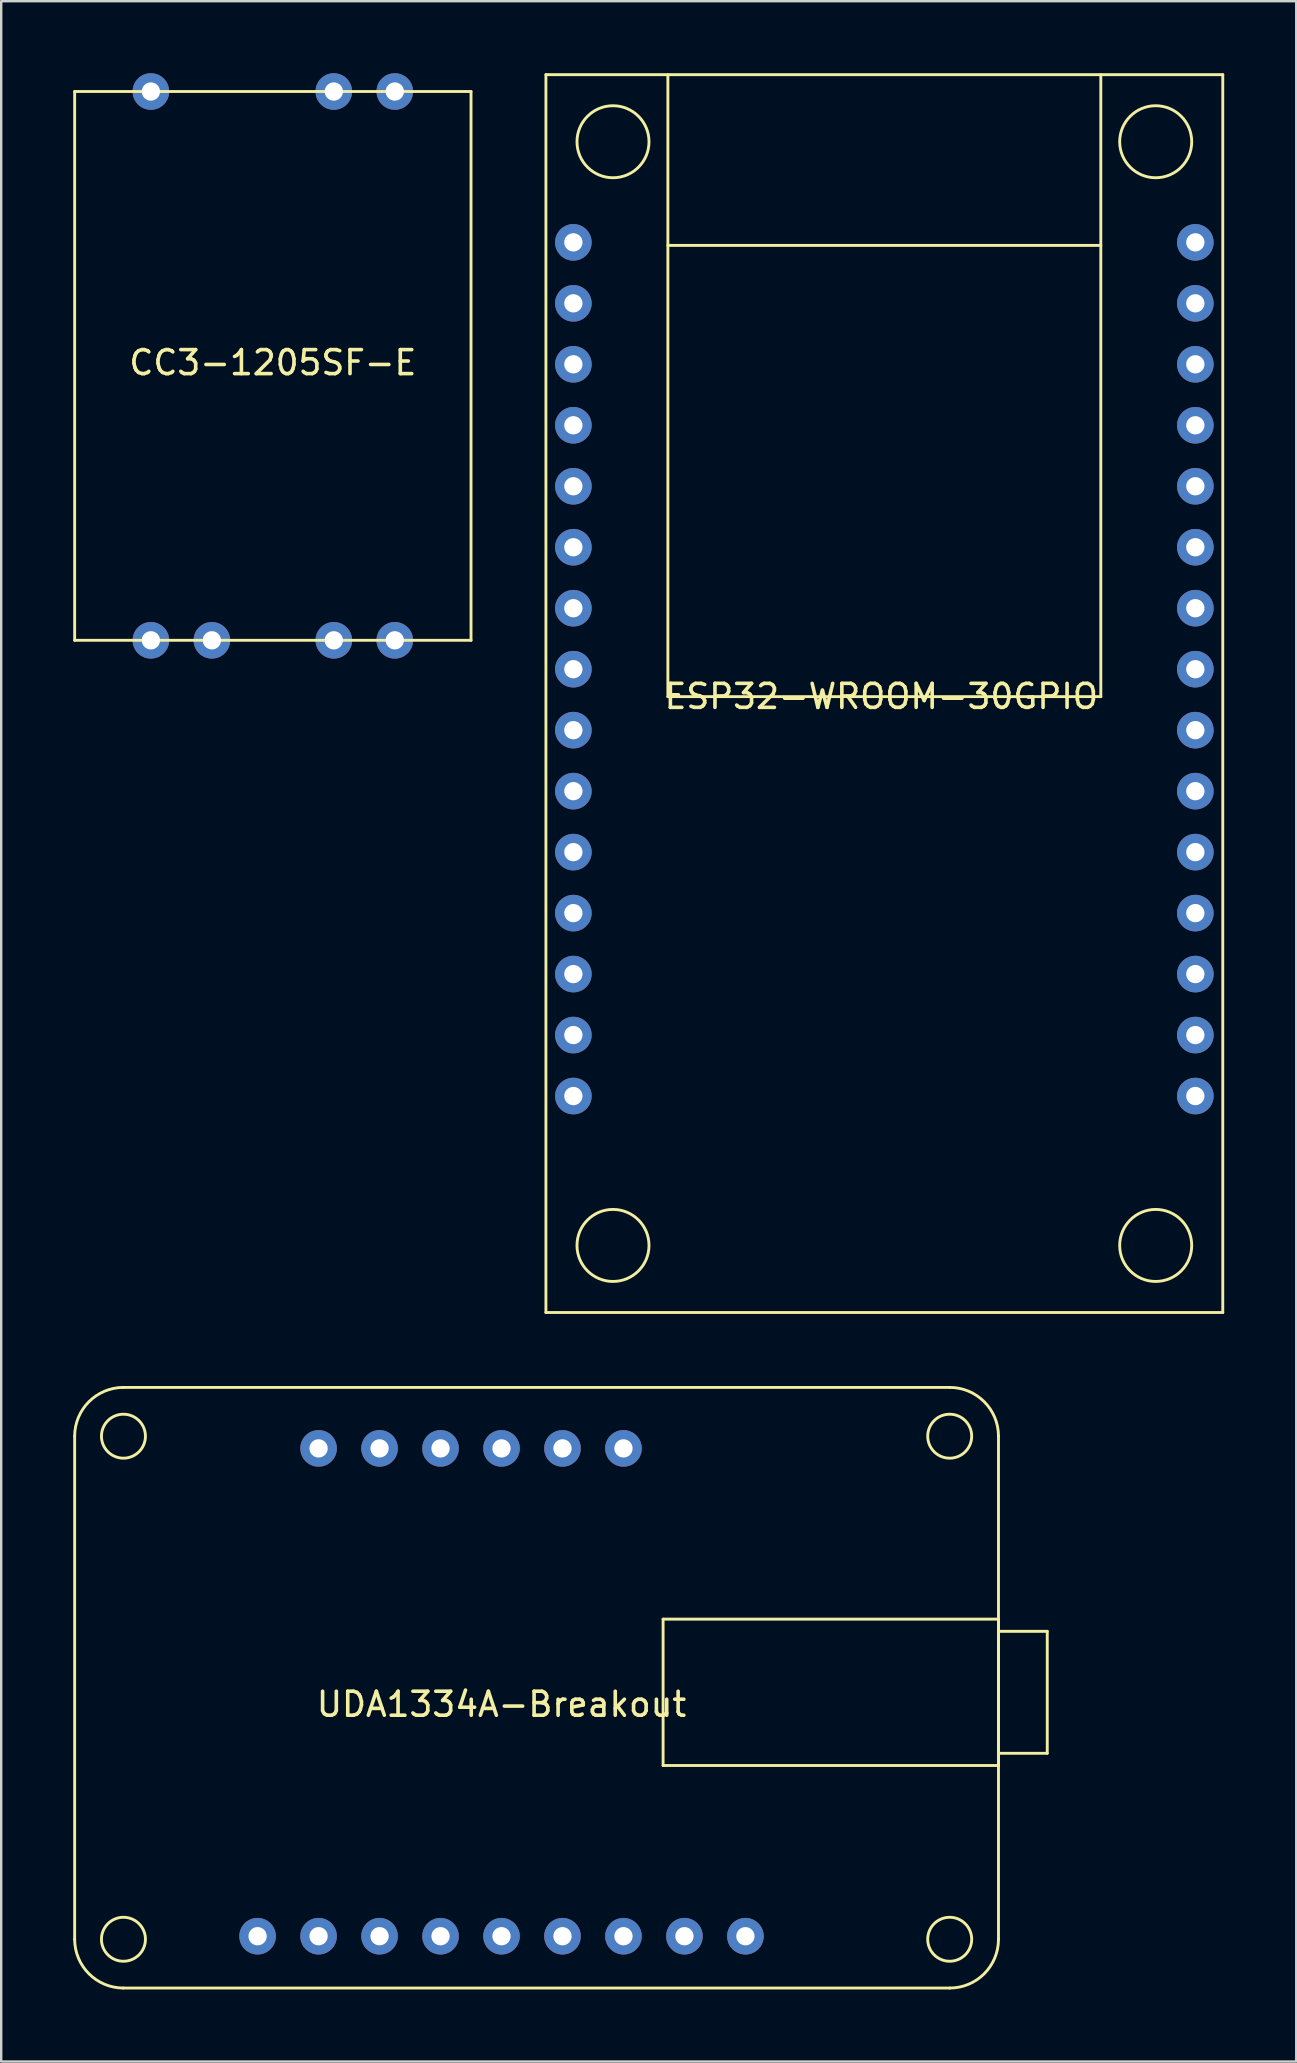
<source format=kicad_pcb>
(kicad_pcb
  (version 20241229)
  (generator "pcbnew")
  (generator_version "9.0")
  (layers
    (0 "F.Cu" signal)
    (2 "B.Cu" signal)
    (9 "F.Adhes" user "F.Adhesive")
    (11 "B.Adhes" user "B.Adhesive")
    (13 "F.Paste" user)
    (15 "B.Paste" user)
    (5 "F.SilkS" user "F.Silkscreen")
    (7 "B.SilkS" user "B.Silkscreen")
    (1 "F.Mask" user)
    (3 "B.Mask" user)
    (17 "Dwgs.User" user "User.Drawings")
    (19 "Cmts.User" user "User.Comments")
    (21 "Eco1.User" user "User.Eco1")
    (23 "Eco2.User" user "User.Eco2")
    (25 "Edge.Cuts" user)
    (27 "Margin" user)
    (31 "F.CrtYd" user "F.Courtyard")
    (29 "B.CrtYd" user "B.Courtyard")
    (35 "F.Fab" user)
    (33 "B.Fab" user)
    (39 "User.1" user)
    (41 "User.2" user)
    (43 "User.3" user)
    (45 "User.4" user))
  (footprint "ESP32-WROOM-30GPIO"
    (layer "F.Cu")
    (at 33.66 25.46)
    (property "Reference" "ESP32-WROOM-30GPIO" (at 0 0.5 0) (layer "F.SilkS") (effects (font (size 1 1) (thickness 0.15))))
    (attr through_hole)
    (fp_line (start -13.97 -25.4) (end 14.224 -25.4) (stroke (width 0.12) (type solid)) (layer "F.SilkS"))
    (fp_line (start -13.97 26.162) (end -13.97 -25.4) (stroke (width 0.12) (type solid)) (layer "F.SilkS"))
    (fp_line (start -8.89 -25.4) (end -8.89 0.508) (stroke (width 0.12) (type solid)) (layer "F.SilkS"))
    (fp_line (start -8.89 -18.288) (end 9.144 -18.288) (stroke (width 0.12) (type solid)) (layer "F.SilkS"))
    (fp_line (start -8.89 0.508) (end 9.144 0.508) (stroke (width 0.12) (type solid)) (layer "F.SilkS"))
    (fp_line (start 9.144 0.508) (end 9.144 -25.4) (stroke (width 0.12) (type solid)) (layer "F.SilkS"))
    (fp_line (start 14.224 -25.4) (end 14.224 26.162) (stroke (width 0.12) (type solid)) (layer "F.SilkS"))
    (fp_line (start 14.224 26.162) (end -13.97 26.162) (stroke (width 0.12) (type solid)) (layer "F.SilkS"))
    (fp_circle (center -11.176 -22.606) (end -9.676 -22.606) (stroke (width 0.12) (type solid)) (fill no) (layer "F.SilkS"))
    (fp_circle (center -11.176 23.368) (end -9.676 23.368) (stroke (width 0.12) (type solid)) (fill no) (layer "F.SilkS"))
    (fp_circle (center 11.43 -22.606) (end 12.93 -22.606) (stroke (width 0.12) (type solid)) (fill no) (layer "F.SilkS"))
    (fp_circle (center 11.43 23.368) (end 12.93 23.368) (stroke (width 0.12) (type solid)) (fill no) (layer "F.SilkS"))
    (pad "3V3" thru_hole circle (at 13.081 17.145) (size 1.524 1.524) (drill 0.762) (layers "*.Cu" "*.Mask"))
    (pad "EN" thru_hole circle (at -12.827 -18.415) (size 1.524 1.524) (drill 0.762) (layers "*.Cu" "*.Mask"))
    (pad "GND" thru_hole circle (at -12.827 14.605) (size 1.524 1.524) (drill 0.762) (layers "*.Cu" "*.Mask"))
    (pad "GND" thru_hole circle (at 13.081 14.605) (size 1.524 1.524) (drill 0.762) (layers "*.Cu" "*.Mask"))
    (pad "GPIO1" thru_hole circle (at 13.081 -13.335) (size 1.524 1.524) (drill 0.762) (layers "*.Cu" "*.Mask"))
    (pad "GPIO2" thru_hole circle (at 13.081 9.525) (size 1.524 1.524) (drill 0.762) (layers "*.Cu" "*.Mask"))
    (pad "GPIO3" thru_hole circle (at 13.081 -10.795) (size 1.524 1.524) (drill 0.762) (layers "*.Cu" "*.Mask"))
    (pad "GPIO4" thru_hole circle (at 13.081 6.985) (size 1.524 1.524) (drill 0.762) (layers "*.Cu" "*.Mask"))
    (pad "GPIO5" thru_hole circle (at 13.081 -0.635) (size 1.524 1.524) (drill 0.762) (layers "*.Cu" "*.Mask"))
    (pad "GPIO12" thru_hole circle (at -12.827 9.525) (size 1.524 1.524) (drill 0.762) (layers "*.Cu" "*.Mask"))
    (pad "GPIO13" thru_hole circle (at -12.827 12.065) (size 1.524 1.524) (drill 0.762) (layers "*.Cu" "*.Mask"))
    (pad "GPIO14" thru_hole circle (at -12.827 6.985) (size 1.524 1.524) (drill 0.762) (layers "*.Cu" "*.Mask"))
    (pad "GPIO15" thru_hole circle (at 13.081 12.065) (size 1.524 1.524) (drill 0.762) (layers "*.Cu" "*.Mask"))
    (pad "GPIO16" thru_hole circle (at 13.081 4.445) (size 1.524 1.524) (drill 0.762) (layers "*.Cu" "*.Mask"))
    (pad "GPIO17" thru_hole circle (at 13.081 1.905) (size 1.524 1.524) (drill 0.762) (layers "*.Cu" "*.Mask"))
    (pad "GPIO18" thru_hole circle (at 13.081 -3.175) (size 1.524 1.524) (drill 0.762) (layers "*.Cu" "*.Mask"))
    (pad "GPIO19" thru_hole circle (at 13.081 -5.715) (size 1.524 1.524) (drill 0.762) (layers "*.Cu" "*.Mask"))
    (pad "GPIO21" thru_hole circle (at 13.081 -8.255) (size 1.524 1.524) (drill 0.762) (layers "*.Cu" "*.Mask"))
    (pad "GPIO22" thru_hole circle (at 13.081 -15.875) (size 1.524 1.524) (drill 0.762) (layers "*.Cu" "*.Mask"))
    (pad "GPIO23" thru_hole circle (at 13.081 -18.415) (size 1.524 1.524) (drill 0.762) (layers "*.Cu" "*.Mask"))
    (pad "GPIO25" thru_hole circle (at -12.827 -0.635) (size 1.524 1.524) (drill 0.762) (layers "*.Cu" "*.Mask"))
    (pad "GPIO26" thru_hole circle (at -12.827 1.905) (size 1.524 1.524) (drill 0.762) (layers "*.Cu" "*.Mask"))
    (pad "GPIO27" thru_hole circle (at -12.827 4.445) (size 1.524 1.524) (drill 0.762) (layers "*.Cu" "*.Mask"))
    (pad "GPIO32" thru_hole circle (at -12.827 -5.715) (size 1.524 1.524) (drill 0.762) (layers "*.Cu" "*.Mask"))
    (pad "GPIO33" thru_hole circle (at -12.827 -3.175) (size 1.524 1.524) (drill 0.762) (layers "*.Cu" "*.Mask"))
    (pad "GPIO34" thru_hole circle (at -12.827 -10.795) (size 1.524 1.524) (drill 0.762) (layers "*.Cu" "*.Mask"))
    (pad "GPIO35" thru_hole circle (at -12.827 -8.255) (size 1.524 1.524) (drill 0.762) (layers "*.Cu" "*.Mask"))
    (pad "GPIO36" thru_hole circle (at -12.827 -15.875) (size 1.524 1.524) (drill 0.762) (layers "*.Cu" "*.Mask"))
    (pad "GPIO39" thru_hole circle (at -12.827 -13.335) (size 1.524 1.524) (drill 0.762) (layers "*.Cu" "*.Mask"))
    (pad "VIN" thru_hole circle (at -12.827 17.145) (size 1.524 1.524) (drill 0.762) (layers "*.Cu" "*.Mask")))
  (footprint "CC3-1205SF-E"
    (layer "F.Cu")
    (at 8.315 11.557)
    (property "Reference" "CC3-1205SF-E" (at 0 0.5 0) (layer "F.SilkS") (effects (font (size 1 1) (thickness 0.15))))
    (attr through_hole)
    (fp_line (start -8.255 -10.795) (end -8.255 12.065) (stroke (width 0.12) (type solid)) (layer "F.SilkS"))
    (fp_line (start -8.255 -10.795) (end 8.255 -10.795) (stroke (width 0.12) (type solid)) (layer "F.SilkS"))
    (fp_line (start -8.255 12.065) (end 8.255 12.065) (stroke (width 0.12) (type solid)) (layer "F.SilkS"))
    (fp_line (start 8.255 -10.795) (end 8.255 12.065) (stroke (width 0.12) (type solid)) (layer "F.SilkS"))
    (pad "1" thru_hole circle (at -5.08 -10.795) (size 1.524 1.524) (drill 0.762) (layers "*.Cu" "*.Mask"))
    (pad "2" thru_hole circle (at 2.54 -10.795) (size 1.524 1.524) (drill 0.762) (layers "*.Cu" "*.Mask"))
    (pad "3" thru_hole circle (at 5.08 -10.795) (size 1.524 1.524) (drill 0.762) (layers "*.Cu" "*.Mask"))
    (pad "4" thru_hole circle (at 5.08 12.065) (size 1.524 1.524) (drill 0.762) (layers "*.Cu" "*.Mask"))
    (pad "5" thru_hole circle (at 2.54 12.065) (size 1.524 1.524) (drill 0.762) (layers "*.Cu" "*.Mask"))
    (pad "6" thru_hole circle (at -2.54 12.065) (size 1.524 1.524) (drill 0.762) (layers "*.Cu" "*.Mask"))
    (pad "7" thru_hole circle (at -5.08 12.065) (size 1.524 1.524) (drill 0.762) (layers "*.Cu" "*.Mask")))
  (footprint "UDA1334A-Breakout"
    (layer "F.Cu")
    (at 17.84 67.442)
    (property "Reference" "UDA1334A-Breakout" (at 0 0.5 0) (layer "F.SilkS") (effects (font (size 1 1) (thickness 0.15))))
    (attr through_hole)
    (fp_line (start -17.78 10.287) (end -17.78 -10.668) (stroke (width 0.12) (type solid)) (layer "F.SilkS"))
    (fp_line (start -15.748 -12.7) (end 18.669 -12.7) (stroke (width 0.12) (type solid)) (layer "F.SilkS"))
    (fp_line (start 6.731 -3.048) (end 6.731 3.048) (stroke (width 0.12) (type solid)) (layer "F.SilkS"))
    (fp_line (start 18.669 12.319) (end -15.748 12.319) (stroke (width 0.12) (type solid)) (layer "F.SilkS"))
    (fp_line (start 20.701 -10.668) (end 20.701 10.287) (stroke (width 0.12) (type solid)) (layer "F.SilkS"))
    (fp_line (start 20.701 -3.048) (end 6.731 -3.048) (stroke (width 0.12) (type solid)) (layer "F.SilkS"))
    (fp_line (start 20.701 -3.048) (end 20.701 3.048) (stroke (width 0.12) (type solid)) (layer "F.SilkS"))
    (fp_line (start 20.701 3.048) (end 6.731 3.048) (stroke (width 0.12) (type solid)) (layer "F.SilkS"))
    (fp_line (start 22.733 -2.54) (end 20.701 -2.54) (stroke (width 0.12) (type solid)) (layer "F.SilkS"))
    (fp_line (start 22.733 -2.54) (end 22.733 2.54) (stroke (width 0.12) (type solid)) (layer "F.SilkS"))
    (fp_line (start 22.733 2.54) (end 20.701 2.54) (stroke (width 0.12) (type solid)) (layer "F.SilkS"))
    (fp_arc (start -17.78 -10.668) (mid -17.184841 -12.104841) (end -15.748 -12.7) (stroke (width 0.12) (type solid)) (layer "F.SilkS"))
    (fp_arc (start -15.748 12.319) (mid -17.184841 11.723841) (end -17.78 10.287) (stroke (width 0.12) (type solid)) (layer "F.SilkS"))
    (fp_arc (start 18.669 -12.7) (mid 20.105841 -12.104841) (end 20.701 -10.668) (stroke (width 0.12) (type solid)) (layer "F.SilkS"))
    (fp_arc (start 20.701 10.287) (mid 20.105841 11.723841) (end 18.669 12.319) (stroke (width 0.12) (type solid)) (layer "F.SilkS"))
    (fp_circle (center -15.748 -10.668) (end -15.24 -11.43) (stroke (width 0.12) (type solid)) (fill no) (layer "F.SilkS"))
    (fp_circle (center -15.748 10.287) (end -15.24 9.525) (stroke (width 0.12) (type solid)) (fill no) (layer "F.SilkS"))
    (fp_circle (center 18.669 -10.668) (end 19.177 -11.43) (stroke (width 0.12) (type solid)) (fill no) (layer "F.SilkS"))
    (fp_circle (center 18.669 10.287) (end 19.177 9.525) (stroke (width 0.12) (type solid)) (fill no) (layer "F.SilkS"))
    (pad "3VO" thru_hole circle (at -7.62 10.16) (size 1.524 1.524) (drill 0.762) (layers "*.Cu" "*.Mask"))
    (pad "AGND" thru_hole circle (at 7.62 10.16) (size 1.524 1.524) (drill 0.762) (layers "*.Cu" "*.Mask"))
    (pad "BCLK" thru_hole circle (at 2.54 10.16) (size 1.524 1.524) (drill 0.762) (layers "*.Cu" "*.Mask"))
    (pad "DEEM" thru_hole circle (at 5.08 -10.16) (size 1.524 1.524) (drill 0.762) (layers "*.Cu" "*.Mask"))
    (pad "DIN" thru_hole circle (at 0 10.16) (size 1.524 1.524) (drill 0.762) (layers "*.Cu" "*.Mask"))
    (pad "GND" thru_hole circle (at -5.08 10.16) (size 1.524 1.524) (drill 0.762) (layers "*.Cu" "*.Mask"))
    (pad "Lout" thru_hole circle (at 5.08 10.16) (size 1.524 1.524) (drill 0.762) (layers "*.Cu" "*.Mask"))
    (pad "MUTE" thru_hole circle (at -2.54 -10.16) (size 1.524 1.524) (drill 0.762) (layers "*.Cu" "*.Mask"))
    (pad "PLL" thru_hole circle (at 2.54 -10.16) (size 1.524 1.524) (drill 0.762) (layers "*.Cu" "*.Mask"))
    (pad "Rout" thru_hole circle (at 10.16 10.16) (size 1.524 1.524) (drill 0.762) (layers "*.Cu" "*.Mask"))
    (pad "SCLK" thru_hole circle (at -7.62 -10.16) (size 1.524 1.524) (drill 0.762) (layers "*.Cu" "*.Mask"))
    (pad "SF0" thru_hole circle (at 0 -10.16) (size 1.524 1.524) (drill 0.762) (layers "*.Cu" "*.Mask"))
    (pad "SF1" thru_hole circle (at -5.08 -10.16) (size 1.524 1.524) (drill 0.762) (layers "*.Cu" "*.Mask"))
    (pad "VIN" thru_hole circle (at -10.16 10.16) (size 1.524 1.524) (drill 0.762) (layers "*.Cu" "*.Mask"))
    (pad "WSEL" thru_hole circle (at -2.54 10.16) (size 1.524 1.524) (drill 0.762) (layers "*.Cu" "*.Mask")))
  (gr_rect
    (start -3 -3)
    (end 50.944 82.821)
    (stroke (width 0.1) (type default))
    (fill no)
    (layer "Edge.Cuts")))
</source>
